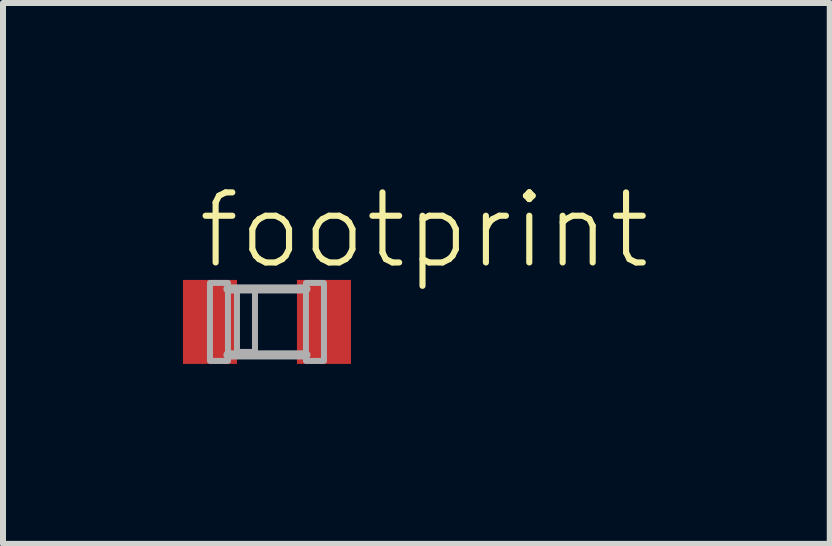
<source format=kicad_pcb>
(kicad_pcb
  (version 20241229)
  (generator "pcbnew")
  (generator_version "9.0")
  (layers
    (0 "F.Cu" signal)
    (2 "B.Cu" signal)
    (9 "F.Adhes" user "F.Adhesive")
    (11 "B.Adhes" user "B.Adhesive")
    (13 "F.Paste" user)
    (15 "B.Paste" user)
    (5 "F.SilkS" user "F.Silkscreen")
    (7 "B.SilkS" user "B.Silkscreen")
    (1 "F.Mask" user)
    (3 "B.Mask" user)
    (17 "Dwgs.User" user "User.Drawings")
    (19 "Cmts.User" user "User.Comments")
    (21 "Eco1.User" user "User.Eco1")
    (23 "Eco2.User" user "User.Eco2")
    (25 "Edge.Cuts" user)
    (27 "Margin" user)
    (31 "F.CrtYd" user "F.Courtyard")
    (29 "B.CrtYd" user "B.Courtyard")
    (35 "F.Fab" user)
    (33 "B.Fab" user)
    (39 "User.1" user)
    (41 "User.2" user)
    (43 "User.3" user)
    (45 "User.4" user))
  (footprint "footprint"
    (layer "F.Cu")
    (at 1.4 2.316)
    (property "Reference" "footprint" (at -1.201 -0.843 0) (layer "F.SilkS") (effects (font (size 1.168 1.168) (thickness 0.102)) (justify left bottom)))
    (fp_line (start -0.65 -0.55) (end 0.65 -0.55) (stroke (width 0.152) (type solid)) (layer "F.Fab"))
    (fp_line (start -0.65 0.55) (end 0.65 0.55) (stroke (width 0.152) (type solid)) (layer "F.Fab"))
    (fp_poly (pts (xy -0.95 0.65) (xy -0.65 0.65) (xy -0.65 -0.65) (xy -0.95 -0.65)) (stroke (width 0.1) (type solid)) (fill no) (layer "F.Fab"))
    (fp_poly (pts (xy -0.5 0.5) (xy -0.2 0.5) (xy -0.2 -0.55) (xy -0.5 -0.55)) (stroke (width 0.1) (type solid)) (fill no) (layer "F.Fab"))
    (fp_poly (pts (xy 0.65 0.65) (xy 0.95 0.65) (xy 0.95 -0.65) (xy 0.65 -0.65)) (stroke (width 0.1) (type solid)) (fill no) (layer "F.Fab"))
    (pad "A" smd rect (at 0.95 0) (size 0.9 1.4) (layers "F.Cu" "F.Mask" "F.Paste"))
    (pad "C" smd rect (at -0.95 0) (size 0.9 1.4) (layers "F.Cu" "F.Mask" "F.Paste")))
  (gr_rect
    (start -3 -3)
    (end 10.781 6.016)
    (stroke (width 0.1) (type default))
    (fill no)
    (layer "Edge.Cuts")))
</source>
